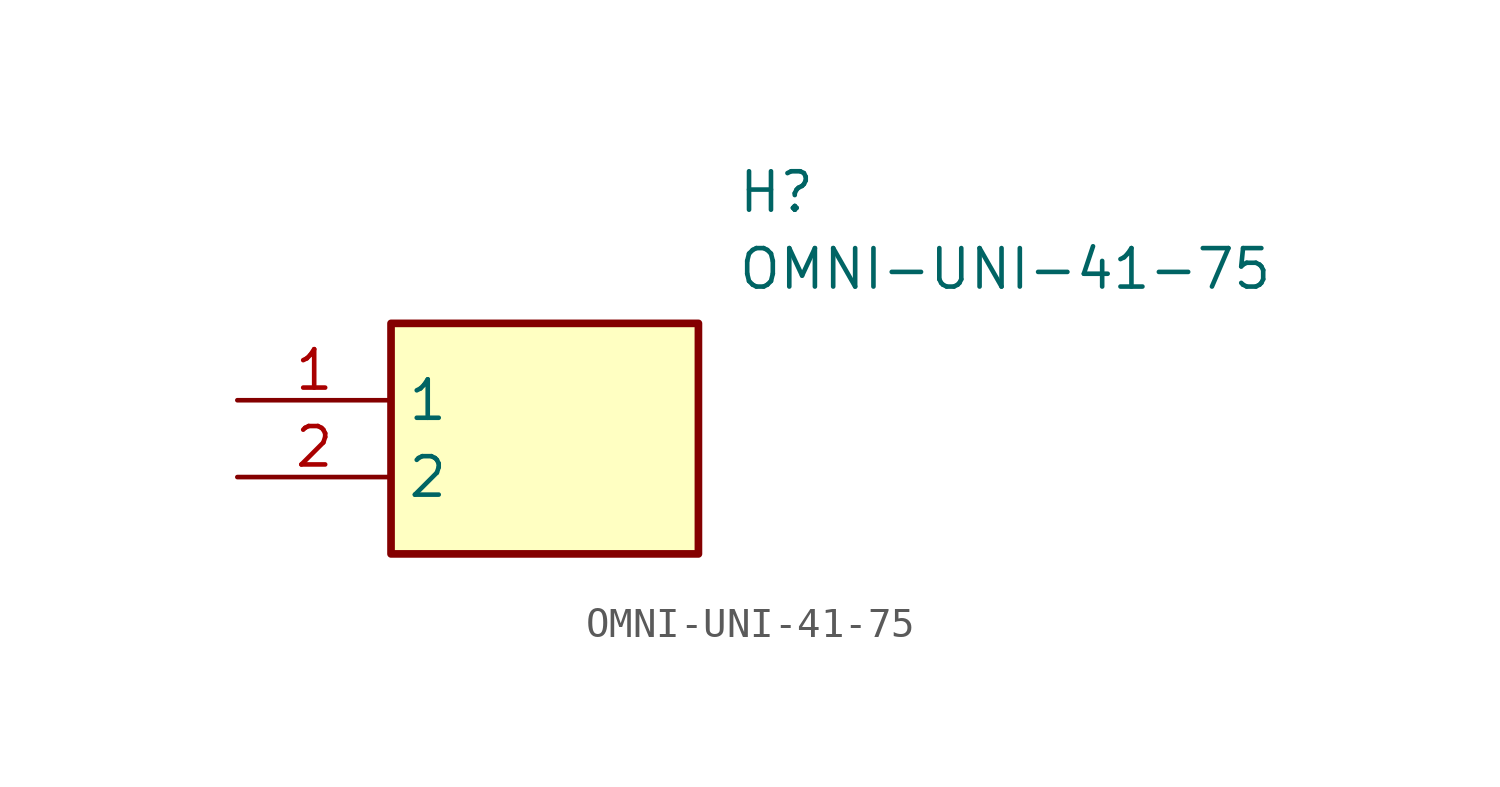
<source format=kicad_sym>
(kicad_symbol_lib
  (version 20211014)
  (generator SamacSys_ECAD_Model)
  (symbol "OMNI-UNI-41-75"
    (property "Reference" "H"
      (at 16.51 7.62 0)
      (effects (font (size 1.27 1.27)) (justify left top)))
    (property "Value" "OMNI-UNI-41-75"
      (at 16.51 5.08 0)
      (effects (font (size 1.27 1.27)) (justify left top)))
    (rectangle
      (start 5.08 2.54)
      (end 15.24 -5.08)
      (stroke (width 0.254) (type default))
      (fill (type background)))
    (pin passive line
      (at 0 0 0)
      (length 5.08)
      (name "1" (effects (font (size 1.27 1.27))))
      (number "1" (effects (font (size 1.27 1.27)))))
    (pin passive line
      (at 0 -2.54 0)
      (length 5.08)
      (name "2" (effects (font (size 1.27 1.27))))
      (number "2" (effects (font (size 1.27 1.27)))))))
</source>
